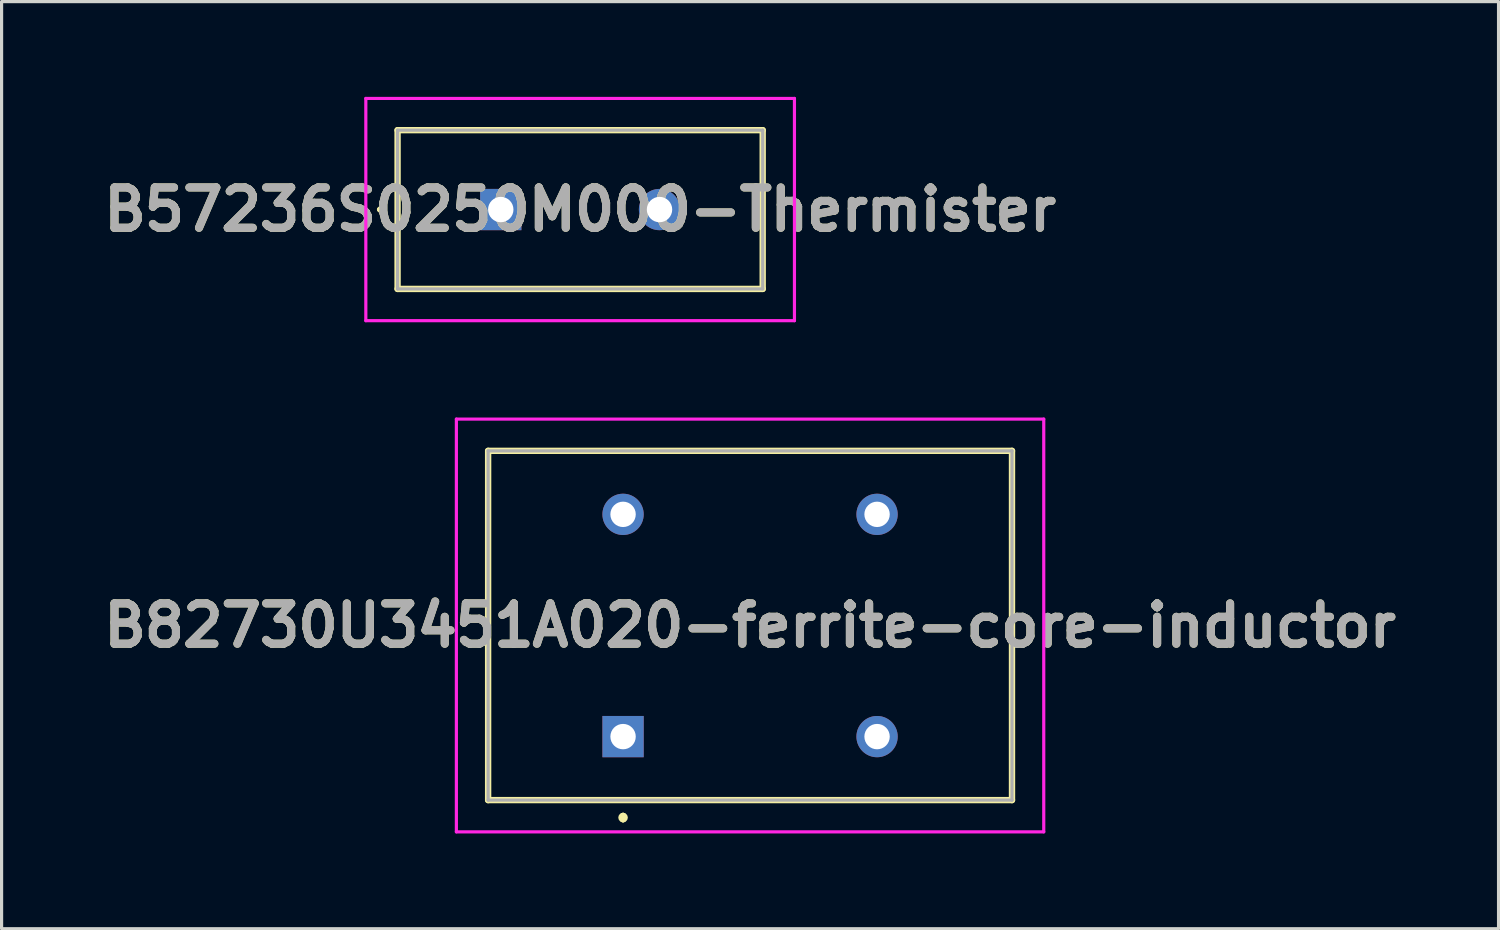
<source format=kicad_pcb>
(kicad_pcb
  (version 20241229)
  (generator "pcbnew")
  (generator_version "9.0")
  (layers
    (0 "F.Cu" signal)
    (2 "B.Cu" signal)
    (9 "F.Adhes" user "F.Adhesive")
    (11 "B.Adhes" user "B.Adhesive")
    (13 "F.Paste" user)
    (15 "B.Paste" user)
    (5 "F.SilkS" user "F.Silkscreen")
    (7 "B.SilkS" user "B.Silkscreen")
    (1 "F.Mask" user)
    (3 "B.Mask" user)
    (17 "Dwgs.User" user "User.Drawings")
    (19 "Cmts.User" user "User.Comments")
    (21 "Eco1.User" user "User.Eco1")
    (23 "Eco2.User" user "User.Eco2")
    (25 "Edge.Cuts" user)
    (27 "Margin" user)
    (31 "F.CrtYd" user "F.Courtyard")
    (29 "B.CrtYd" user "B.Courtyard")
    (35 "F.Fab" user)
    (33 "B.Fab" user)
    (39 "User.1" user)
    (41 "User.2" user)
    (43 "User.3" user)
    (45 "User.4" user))
  (footprint "B82730U3451A020-ferrite-core-inductor"
    (layer "F.Cu")
    (at 16.574 20.15)
    (property "Reference" "B82730U3451A020-ferrite-core-inductor" (at 4 -3.5 0) (layer "F.SilkS") (effects (font (size 1.27 1.27) (thickness 0.254))))
    (attr through_hole)
    (fp_line (start -4.25 -9) (end 12.25 -9) (stroke (width 0.2) (type solid)) (layer "F.SilkS"))
    (fp_line (start -4.25 2) (end -4.25 -9) (stroke (width 0.2) (type solid)) (layer "F.SilkS"))
    (fp_line (start 0 2.5) (end 0 2.5) (stroke (width 0.2) (type solid)) (layer "F.SilkS"))
    (fp_line (start 0 2.5) (end 0 2.6) (stroke (width 0.2) (type solid)) (layer "F.SilkS"))
    (fp_line (start 0 2.6) (end 0 2.6) (stroke (width 0.2) (type solid)) (layer "F.SilkS"))
    (fp_line (start 12.25 -9) (end 12.25 2) (stroke (width 0.2) (type solid)) (layer "F.SilkS"))
    (fp_line (start 12.25 2) (end -4.25 2) (stroke (width 0.2) (type solid)) (layer "F.SilkS"))
    (fp_arc (start 0 2.5) (mid 0.05 2.55) (end 0 2.6) (stroke (width 0.2) (type solid)) (layer "F.SilkS"))
    (fp_arc (start 0 2.6) (mid -0.05 2.55) (end 0 2.5) (stroke (width 0.2) (type solid)) (layer "F.SilkS"))
    (fp_line (start -5.25 -10) (end -5.25 3) (stroke (width 0.1) (type solid)) (layer "F.CrtYd"))
    (fp_line (start -5.25 3) (end 13.25 3) (stroke (width 0.1) (type solid)) (layer "F.CrtYd"))
    (fp_line (start 13.25 -10) (end -5.25 -10) (stroke (width 0.1) (type solid)) (layer "F.CrtYd"))
    (fp_line (start 13.25 3) (end 13.25 -10) (stroke (width 0.1) (type solid)) (layer "F.CrtYd"))
    (fp_line (start -4.25 -9) (end 12.25 -9) (stroke (width 0.1) (type solid)) (layer "F.Fab"))
    (fp_line (start -4.25 2) (end -4.25 -9) (stroke (width 0.1) (type solid)) (layer "F.Fab"))
    (fp_line (start 12.25 -9) (end 12.25 2) (stroke (width 0.1) (type solid)) (layer "F.Fab"))
    (fp_line (start 12.25 2) (end -4.25 2) (stroke (width 0.1) (type solid)) (layer "F.Fab"))
    (fp_text user "${REFERENCE}" (at 4 -3.5 0) (layer "F.Fab") (effects (font (size 1.27 1.27) (thickness 0.254))))
    (pad "1" thru_hole rect (at 0 0) (size 1.3 1.3) (drill 0.8) (layers "*.Cu" "*.Mask"))
    (pad "2" thru_hole circle (at 8 0) (size 1.3 1.3) (drill 0.8) (layers "*.Cu" "*.Mask"))
    (pad "3" thru_hole circle (at 8 -7) (size 1.3 1.3) (drill 0.8) (layers "*.Cu" "*.Mask"))
    (pad "4" thru_hole circle (at 0 -7) (size 1.3 1.3) (drill 0.8) (layers "*.Cu" "*.Mask")))
  (footprint "B57236S0250M000-Thermister"
    (layer "F.Cu")
    (at 12.722 3.55)
    (property "Reference" "B57236S0250M000-Thermister" (at 2.5 0 0) (layer "F.SilkS") (effects (font (size 1.27 1.27) (thickness 0.254))))
    (attr through_hole)
    (fp_line (start -3.85 0) (end -3.85 0) (stroke (width 0.1) (type solid)) (layer "F.SilkS"))
    (fp_line (start -3.75 0) (end -3.75 0) (stroke (width 0.1) (type solid)) (layer "F.SilkS"))
    (fp_line (start -3.25 -2.5) (end 8.25 -2.5) (stroke (width 0.2) (type solid)) (layer "F.SilkS"))
    (fp_line (start -3.25 2.5) (end -3.25 -2.5) (stroke (width 0.2) (type solid)) (layer "F.SilkS"))
    (fp_line (start 8.25 -2.5) (end 8.25 2.5) (stroke (width 0.2) (type solid)) (layer "F.SilkS"))
    (fp_line (start 8.25 2.5) (end -3.25 2.5) (stroke (width 0.2) (type solid)) (layer "F.SilkS"))
    (fp_arc (start -3.85 0) (mid -3.8 -0.05) (end -3.75 0) (stroke (width 0.1) (type solid)) (layer "F.SilkS"))
    (fp_arc (start -3.75 0) (mid -3.8 0.05) (end -3.85 0) (stroke (width 0.1) (type solid)) (layer "F.SilkS"))
    (fp_line (start -4.25 -3.5) (end 9.25 -3.5) (stroke (width 0.1) (type solid)) (layer "F.CrtYd"))
    (fp_line (start -4.25 3.5) (end -4.25 -3.5) (stroke (width 0.1) (type solid)) (layer "F.CrtYd"))
    (fp_line (start 9.25 -3.5) (end 9.25 3.5) (stroke (width 0.1) (type solid)) (layer "F.CrtYd"))
    (fp_line (start 9.25 3.5) (end -4.25 3.5) (stroke (width 0.1) (type solid)) (layer "F.CrtYd"))
    (fp_line (start -3.25 -2.5) (end -3.25 2.5) (stroke (width 0.1) (type solid)) (layer "F.Fab"))
    (fp_line (start -3.25 2.5) (end 8.25 2.5) (stroke (width 0.1) (type solid)) (layer "F.Fab"))
    (fp_line (start 8.25 -2.5) (end -3.25 -2.5) (stroke (width 0.1) (type solid)) (layer "F.Fab"))
    (fp_line (start 8.25 2.5) (end 8.25 -2.5) (stroke (width 0.1) (type solid)) (layer "F.Fab"))
    (fp_text user "${REFERENCE}" (at 2.5 0 0) (layer "F.Fab") (effects (font (size 1.27 1.27) (thickness 0.254))))
    (pad "1" thru_hole rect (at 0 0) (size 1.3 1.3) (drill 0.8) (layers "*.Cu" "*.Mask"))
    (pad "2" thru_hole circle (at 5 0) (size 1.3 1.3) (drill 0.8) (layers "*.Cu" "*.Mask")))
  (gr_rect
    (start -3 -3)
    (end 44.148 26.2)
    (stroke (width 0.1) (type default))
    (fill no)
    (layer "Edge.Cuts")))
</source>
